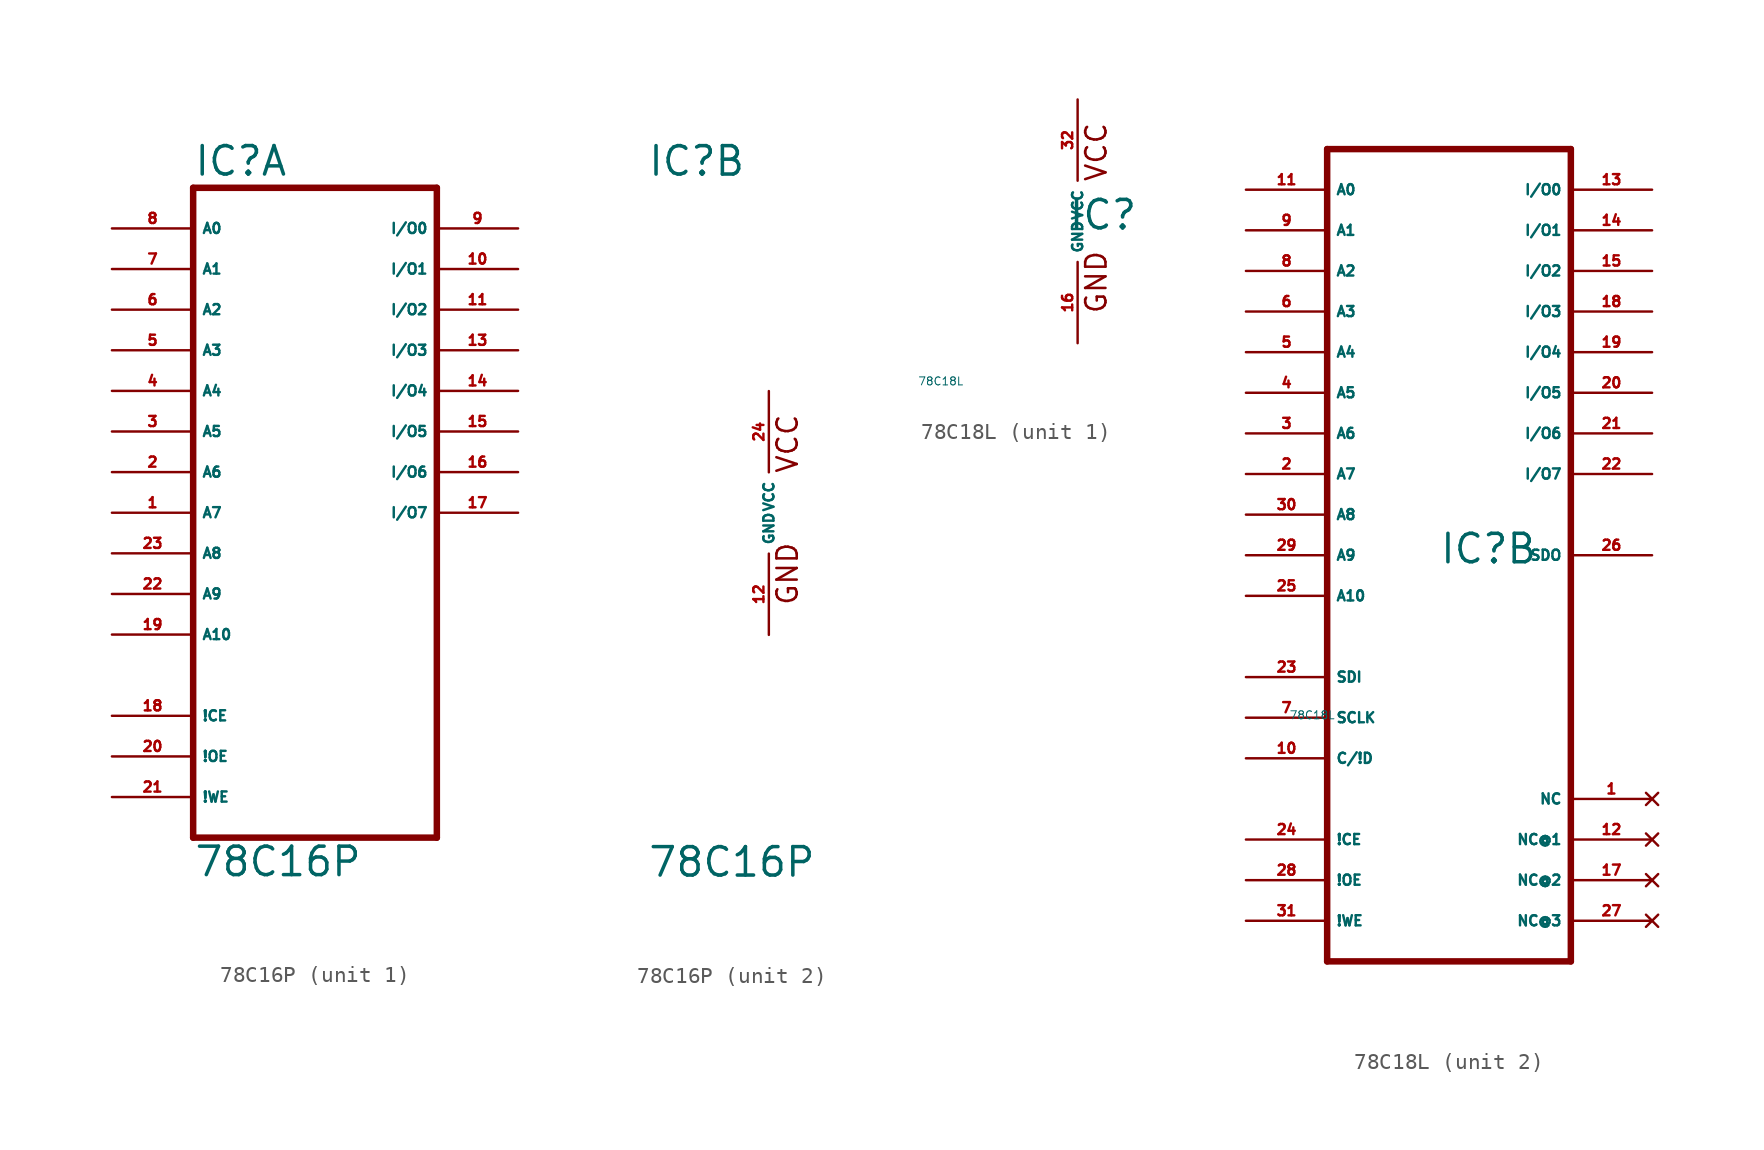
<source format=kicad_sym>
(kicad_symbol_lib
  (version 20220914)
  (generator Eagle2Kicad)
  (symbol "78C16P"
    (property "Reference" "IC"
      (at -7.62 20.955 0)
      (effects (font (size 1.778 1.778) (thickness 0.22)) (justify left bottom)))
    (property "Value" "78C16P"
      (at -7.62 -22.86 0)
      (effects (font (size 1.778 1.778) (thickness 0.22)) (justify left bottom)))
    (symbol "78C16P_1_0"
      (polyline (pts (xy -7.62 -20.32) (xy 7.62 -20.32)) (stroke (width 0.406) (type default)) (fill (type none)))
      (polyline (pts (xy 7.62 -20.32) (xy 7.62 20.32)) (stroke (width 0.406) (type default)) (fill (type none)))
      (polyline (pts (xy 7.62 20.32) (xy -7.62 20.32)) (stroke (width 0.406) (type default)) (fill (type none)))
      (polyline (pts (xy -7.62 20.32) (xy -7.62 -20.32)) (stroke (width 0.406) (type default)) (fill (type none)))
      (pin input line (at -12.7 17.78 0) (length 5.08) (name "A0" (effects (font (size 0.635 0.635) (thickness 0.08)) (justify left bottom))) (number "8" (effects (font (size 0.635 0.635) (thickness 0.08)) (justify left bottom))))
      (pin input line (at -12.7 15.24 0) (length 5.08) (name "A1" (effects (font (size 0.635 0.635) (thickness 0.08)) (justify left bottom))) (number "7" (effects (font (size 0.635 0.635) (thickness 0.08)) (justify left bottom))))
      (pin input line (at -12.7 12.7 0) (length 5.08) (name "A2" (effects (font (size 0.635 0.635) (thickness 0.08)) (justify left bottom))) (number "6" (effects (font (size 0.635 0.635) (thickness 0.08)) (justify left bottom))))
      (pin input line (at -12.7 10.16 0) (length 5.08) (name "A3" (effects (font (size 0.635 0.635) (thickness 0.08)) (justify left bottom))) (number "5" (effects (font (size 0.635 0.635) (thickness 0.08)) (justify left bottom))))
      (pin input line (at -12.7 7.62 0) (length 5.08) (name "A4" (effects (font (size 0.635 0.635) (thickness 0.08)) (justify left bottom))) (number "4" (effects (font (size 0.635 0.635) (thickness 0.08)) (justify left bottom))))
      (pin input line (at -12.7 5.08 0) (length 5.08) (name "A5" (effects (font (size 0.635 0.635) (thickness 0.08)) (justify left bottom))) (number "3" (effects (font (size 0.635 0.635) (thickness 0.08)) (justify left bottom))))
      (pin input line (at -12.7 2.54 0) (length 5.08) (name "A6" (effects (font (size 0.635 0.635) (thickness 0.08)) (justify left bottom))) (number "2" (effects (font (size 0.635 0.635) (thickness 0.08)) (justify left bottom))))
      (pin input line (at -12.7 0 0) (length 5.08) (name "A7" (effects (font (size 0.635 0.635) (thickness 0.08)) (justify left bottom))) (number "1" (effects (font (size 0.635 0.635) (thickness 0.08)) (justify left bottom))))
      (pin input line (at -12.7 -2.54 0) (length 5.08) (name "A8" (effects (font (size 0.635 0.635) (thickness 0.08)) (justify left bottom))) (number "23" (effects (font (size 0.635 0.635) (thickness 0.08)) (justify left bottom))))
      (pin input line (at -12.7 -5.08 0) (length 5.08) (name "A9" (effects (font (size 0.635 0.635) (thickness 0.08)) (justify left bottom))) (number "22" (effects (font (size 0.635 0.635) (thickness 0.08)) (justify left bottom))))
      (pin input line (at -12.7 -7.62 0) (length 5.08) (name "A10" (effects (font (size 0.635 0.635) (thickness 0.08)) (justify left bottom))) (number "19" (effects (font (size 0.635 0.635) (thickness 0.08)) (justify left bottom))))
      (pin input line (at -12.7 -12.7 0) (length 5.08) (name "!CE" (effects (font (size 0.635 0.635) (thickness 0.08)) (justify left bottom))) (number "18" (effects (font (size 0.635 0.635) (thickness 0.08)) (justify left bottom))))
      (pin input line (at -12.7 -15.24 0) (length 5.08) (name "!OE" (effects (font (size 0.635 0.635) (thickness 0.08)) (justify left bottom))) (number "20" (effects (font (size 0.635 0.635) (thickness 0.08)) (justify left bottom))))
      (pin input line (at -12.7 -17.78 0) (length 5.08) (name "!WE" (effects (font (size 0.635 0.635) (thickness 0.08)) (justify left bottom))) (number "21" (effects (font (size 0.635 0.635) (thickness 0.08)) (justify left bottom))))
      (pin bidirectional line (at 12.7 17.78 180) (length 5.08) (name "I/O0" (effects (font (size 0.635 0.635) (thickness 0.08)) (justify left bottom))) (number "9" (effects (font (size 0.635 0.635) (thickness 0.08)) (justify left bottom))))
      (pin bidirectional line (at 12.7 15.24 180) (length 5.08) (name "I/O1" (effects (font (size 0.635 0.635) (thickness 0.08)) (justify left bottom))) (number "10" (effects (font (size 0.635 0.635) (thickness 0.08)) (justify left bottom))))
      (pin bidirectional line (at 12.7 12.7 180) (length 5.08) (name "I/O2" (effects (font (size 0.635 0.635) (thickness 0.08)) (justify left bottom))) (number "11" (effects (font (size 0.635 0.635) (thickness 0.08)) (justify left bottom))))
      (pin bidirectional line (at 12.7 10.16 180) (length 5.08) (name "I/O3" (effects (font (size 0.635 0.635) (thickness 0.08)) (justify left bottom))) (number "13" (effects (font (size 0.635 0.635) (thickness 0.08)) (justify left bottom))))
      (pin bidirectional line (at 12.7 7.62 180) (length 5.08) (name "I/O4" (effects (font (size 0.635 0.635) (thickness 0.08)) (justify left bottom))) (number "14" (effects (font (size 0.635 0.635) (thickness 0.08)) (justify left bottom))))
      (pin bidirectional line (at 12.7 5.08 180) (length 5.08) (name "I/O5" (effects (font (size 0.635 0.635) (thickness 0.08)) (justify left bottom))) (number "15" (effects (font (size 0.635 0.635) (thickness 0.08)) (justify left bottom))))
      (pin bidirectional line (at 12.7 2.54 180) (length 5.08) (name "I/O6" (effects (font (size 0.635 0.635) (thickness 0.08)) (justify left bottom))) (number "16" (effects (font (size 0.635 0.635) (thickness 0.08)) (justify left bottom))))
      (pin bidirectional line (at 12.7 0 180) (length 5.08) (name "I/O7" (effects (font (size 0.635 0.635) (thickness 0.08)) (justify left bottom))) (number "17" (effects (font (size 0.635 0.635) (thickness 0.08)) (justify left bottom)))))
    (symbol "78C16P_2_0"
      (text "GND" (at 1.905 -5.842 900) (effects (font (size 1.27 1.27) (thickness 0.16)) (justify left bottom)))
      (text "VCC" (at 1.905 2.413 900) (effects (font (size 1.27 1.27) (thickness 0.16)) (justify left bottom)))
      (pin unspecified line (at 0 7.62 270) (length 5.08) (name "VCC" (effects (font (size 0.635 0.635) (thickness 0.08)) (justify left bottom))) (number "24" (effects (font (size 0.635 0.635) (thickness 0.08)) (justify left bottom))))
      (pin unspecified line (at 0 -7.62 90) (length 5.08) (name "GND" (effects (font (size 0.635 0.635) (thickness 0.08)) (justify left bottom))) (number "12" (effects (font (size 0.635 0.635) (thickness 0.08)) (justify left bottom))))))
  (symbol "78C18L"
    (property "Reference" "IC"
      (at -0.635 -0.635 0)
      (effects (font (size 1.778 1.778) (thickness 0.22)) (justify left bottom)))
    (property "Value" "78C18L"
      (at -10 -10 0)
      (effects (font (size 0.5 0.5) (thickness 0.06)) (justify left)))
    (symbol "78C18L_1_0"
      (text "GND" (at 1.905 -5.842 900) (effects (font (size 1.27 1.27) (thickness 0.16)) (justify left bottom)))
      (text "VCC" (at 1.905 2.413 900) (effects (font (size 1.27 1.27) (thickness 0.16)) (justify left bottom)))
      (pin unspecified line (at 0 7.62 270) (length 5.08) (name "VCC" (effects (font (size 0.635 0.635) (thickness 0.08)) (justify left bottom))) (number "32" (effects (font (size 0.635 0.635) (thickness 0.08)) (justify left bottom))))
      (pin unspecified line (at 0 -7.62 90) (length 5.08) (name "GND" (effects (font (size 0.635 0.635) (thickness 0.08)) (justify left bottom))) (number "16" (effects (font (size 0.635 0.635) (thickness 0.08)) (justify left bottom)))))
    (symbol "78C18L_2_0"
      (polyline (pts (xy -7.62 -25.4) (xy 7.62 -25.4)) (stroke (width 0.406) (type default)) (fill (type none)))
      (polyline (pts (xy 7.62 -25.4) (xy 7.62 25.4)) (stroke (width 0.406) (type default)) (fill (type none)))
      (polyline (pts (xy 7.62 25.4) (xy -7.62 25.4)) (stroke (width 0.406) (type default)) (fill (type none)))
      (polyline (pts (xy -7.62 25.4) (xy -7.62 -25.4)) (stroke (width 0.406) (type default)) (fill (type none)))
      (pin input line (at -12.7 20.32 0) (length 5.08) (name "A1" (effects (font (size 0.635 0.635) (thickness 0.08)) (justify left bottom))) (number "9" (effects (font (size 0.635 0.635) (thickness 0.08)) (justify left bottom))))
      (pin input line (at -12.7 17.78 0) (length 5.08) (name "A2" (effects (font (size 0.635 0.635) (thickness 0.08)) (justify left bottom))) (number "8" (effects (font (size 0.635 0.635) (thickness 0.08)) (justify left bottom))))
      (pin input line (at -12.7 15.24 0) (length 5.08) (name "A3" (effects (font (size 0.635 0.635) (thickness 0.08)) (justify left bottom))) (number "6" (effects (font (size 0.635 0.635) (thickness 0.08)) (justify left bottom))))
      (pin input line (at -12.7 12.7 0) (length 5.08) (name "A4" (effects (font (size 0.635 0.635) (thickness 0.08)) (justify left bottom))) (number "5" (effects (font (size 0.635 0.635) (thickness 0.08)) (justify left bottom))))
      (pin input line (at -12.7 10.16 0) (length 5.08) (name "A5" (effects (font (size 0.635 0.635) (thickness 0.08)) (justify left bottom))) (number "4" (effects (font (size 0.635 0.635) (thickness 0.08)) (justify left bottom))))
      (pin input line (at -12.7 7.62 0) (length 5.08) (name "A6" (effects (font (size 0.635 0.635) (thickness 0.08)) (justify left bottom))) (number "3" (effects (font (size 0.635 0.635) (thickness 0.08)) (justify left bottom))))
      (pin input line (at -12.7 5.08 0) (length 5.08) (name "A7" (effects (font (size 0.635 0.635) (thickness 0.08)) (justify left bottom))) (number "2" (effects (font (size 0.635 0.635) (thickness 0.08)) (justify left bottom))))
      (pin input line (at -12.7 2.54 0) (length 5.08) (name "A8" (effects (font (size 0.635 0.635) (thickness 0.08)) (justify left bottom))) (number "30" (effects (font (size 0.635 0.635) (thickness 0.08)) (justify left bottom))))
      (pin input line (at -12.7 0 0) (length 5.08) (name "A9" (effects (font (size 0.635 0.635) (thickness 0.08)) (justify left bottom))) (number "29" (effects (font (size 0.635 0.635) (thickness 0.08)) (justify left bottom))))
      (pin input line (at -12.7 -2.54 0) (length 5.08) (name "A10" (effects (font (size 0.635 0.635) (thickness 0.08)) (justify left bottom))) (number "25" (effects (font (size 0.635 0.635) (thickness 0.08)) (justify left bottom))))
      (pin input line (at -12.7 22.86 0) (length 5.08) (name "A0" (effects (font (size 0.635 0.635) (thickness 0.08)) (justify left bottom))) (number "11" (effects (font (size 0.635 0.635) (thickness 0.08)) (justify left bottom))))
      (pin input line (at -12.7 -7.62 0) (length 5.08) (name "SDI" (effects (font (size 0.635 0.635) (thickness 0.08)) (justify left bottom))) (number "23" (effects (font (size 0.635 0.635) (thickness 0.08)) (justify left bottom))))
      (pin input line (at -12.7 -10.16 0) (length 5.08) (name "SCLK" (effects (font (size 0.635 0.635) (thickness 0.08)) (justify left bottom))) (number "7" (effects (font (size 0.635 0.635) (thickness 0.08)) (justify left bottom))))
      (pin input line (at -12.7 -12.7 0) (length 5.08) (name "C/!D" (effects (font (size 0.635 0.635) (thickness 0.08)) (justify left bottom))) (number "10" (effects (font (size 0.635 0.635) (thickness 0.08)) (justify left bottom))))
      (pin input line (at -12.7 -17.78 0) (length 5.08) (name "!CE" (effects (font (size 0.635 0.635) (thickness 0.08)) (justify left bottom))) (number "24" (effects (font (size 0.635 0.635) (thickness 0.08)) (justify left bottom))))
      (pin input line (at -12.7 -20.32 0) (length 5.08) (name "!OE" (effects (font (size 0.635 0.635) (thickness 0.08)) (justify left bottom))) (number "28" (effects (font (size 0.635 0.635) (thickness 0.08)) (justify left bottom))))
      (pin input line (at -12.7 -22.86 0) (length 5.08) (name "!WE" (effects (font (size 0.635 0.635) (thickness 0.08)) (justify left bottom))) (number "31" (effects (font (size 0.635 0.635) (thickness 0.08)) (justify left bottom))))
      (pin bidirectional line (at 12.7 22.86 180) (length 5.08) (name "I/O0" (effects (font (size 0.635 0.635) (thickness 0.08)) (justify left bottom))) (number "13" (effects (font (size 0.635 0.635) (thickness 0.08)) (justify left bottom))))
      (pin bidirectional line (at 12.7 20.32 180) (length 5.08) (name "I/O1" (effects (font (size 0.635 0.635) (thickness 0.08)) (justify left bottom))) (number "14" (effects (font (size 0.635 0.635) (thickness 0.08)) (justify left bottom))))
      (pin bidirectional line (at 12.7 17.78 180) (length 5.08) (name "I/O2" (effects (font (size 0.635 0.635) (thickness 0.08)) (justify left bottom))) (number "15" (effects (font (size 0.635 0.635) (thickness 0.08)) (justify left bottom))))
      (pin bidirectional line (at 12.7 15.24 180) (length 5.08) (name "I/O3" (effects (font (size 0.635 0.635) (thickness 0.08)) (justify left bottom))) (number "18" (effects (font (size 0.635 0.635) (thickness 0.08)) (justify left bottom))))
      (pin bidirectional line (at 12.7 12.7 180) (length 5.08) (name "I/O4" (effects (font (size 0.635 0.635) (thickness 0.08)) (justify left bottom))) (number "19" (effects (font (size 0.635 0.635) (thickness 0.08)) (justify left bottom))))
      (pin bidirectional line (at 12.7 10.16 180) (length 5.08) (name "I/O5" (effects (font (size 0.635 0.635) (thickness 0.08)) (justify left bottom))) (number "20" (effects (font (size 0.635 0.635) (thickness 0.08)) (justify left bottom))))
      (pin bidirectional line (at 12.7 7.62 180) (length 5.08) (name "I/O6" (effects (font (size 0.635 0.635) (thickness 0.08)) (justify left bottom))) (number "21" (effects (font (size 0.635 0.635) (thickness 0.08)) (justify left bottom))))
      (pin bidirectional line (at 12.7 5.08 180) (length 5.08) (name "I/O7" (effects (font (size 0.635 0.635) (thickness 0.08)) (justify left bottom))) (number "22" (effects (font (size 0.635 0.635) (thickness 0.08)) (justify left bottom))))
      (pin bidirectional line (at 12.7 0 180) (length 5.08) (name "SDO" (effects (font (size 0.635 0.635) (thickness 0.08)) (justify left bottom))) (number "26" (effects (font (size 0.635 0.635) (thickness 0.08)) (justify left bottom))))
      (pin no_connect line (at 12.7 -22.86 180) (length 5.08) (name "NC@3" (effects (font (size 0.635 0.635) (thickness 0.08)) (justify left bottom) hide)) (number "27" (effects (font (size 0.635 0.635) (thickness 0.08)) (justify left bottom) hide)))
      (pin no_connect line (at 12.7 -20.32 180) (length 5.08) (name "NC@2" (effects (font (size 0.635 0.635) (thickness 0.08)) (justify left bottom) hide)) (number "17" (effects (font (size 0.635 0.635) (thickness 0.08)) (justify left bottom) hide)))
      (pin no_connect line (at 12.7 -17.78 180) (length 5.08) (name "NC@1" (effects (font (size 0.635 0.635) (thickness 0.08)) (justify left bottom) hide)) (number "12" (effects (font (size 0.635 0.635) (thickness 0.08)) (justify left bottom) hide)))
      (pin no_connect line (at 12.7 -15.24 180) (length 5.08) (name "NC" (effects (font (size 0.635 0.635) (thickness 0.08)) (justify left bottom) hide)) (number "1" (effects (font (size 0.635 0.635) (thickness 0.08)) (justify left bottom) hide))))))
</source>
